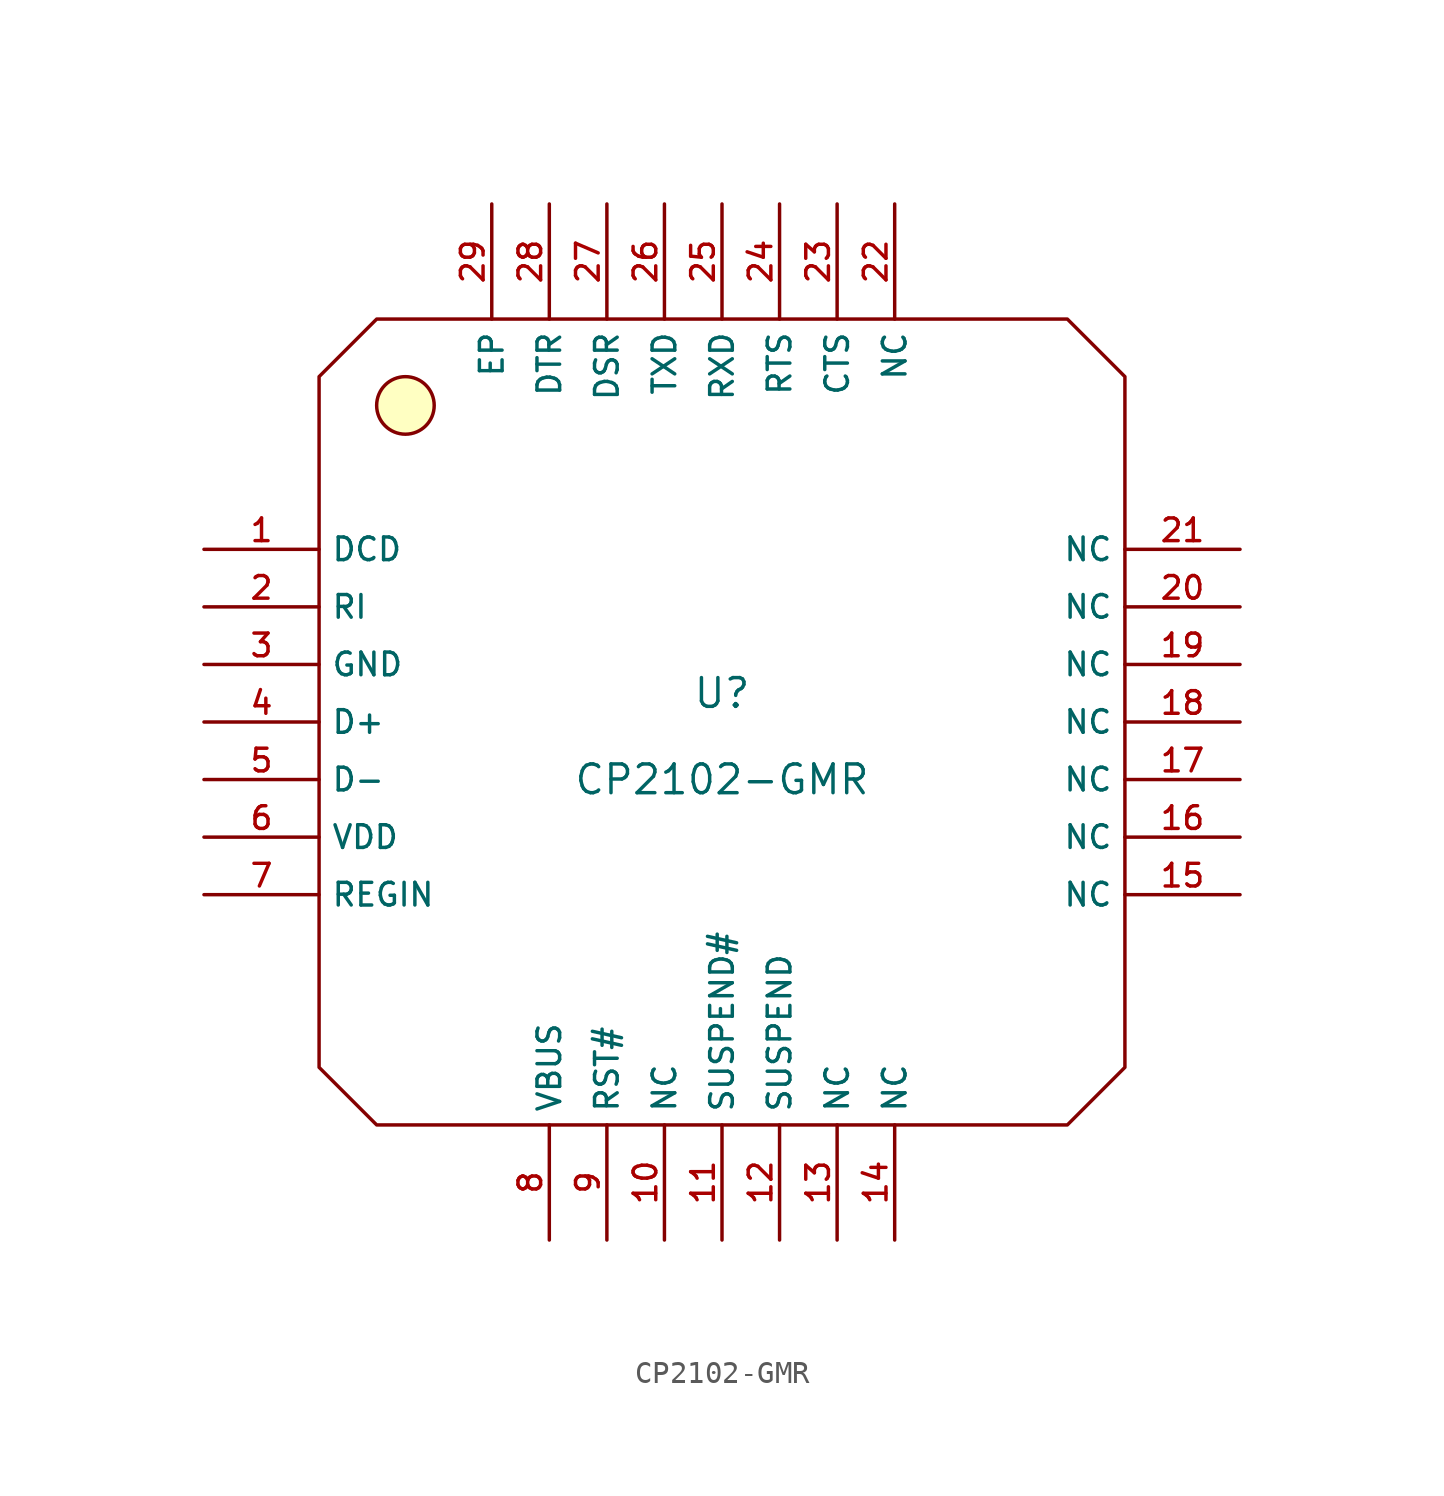
<source format=kicad_sym>
(kicad_symbol_lib
  (version 20210201)
  (generator TousstNicolas/JLC2KiCad_lib)
  (symbol "CP2102-GMR"
    (property "Reference" "U"
      (at 0 1.27 0)
      (effects (font (size 1.27 1.27))))
    (property "Value" "CP2102-GMR"
      (at 0 -2.54 0)
      (effects (font (size 1.27 1.27))))
    (symbol "CP2102-GMR_0_1"
      (pin unspecified line (at -22.86 7.62 0) (length 5.08) (name "DCD" (effects (font (size 1 1)))) (number "1" (effects (font (size 1 1)))))
      (pin unspecified line (at -22.86 5.08 0) (length 5.08) (name "RI" (effects (font (size 1 1)))) (number "2" (effects (font (size 1 1)))))
      (pin unspecified line (at -22.86 2.54 0) (length 5.08) (name "GND" (effects (font (size 1 1)))) (number "3" (effects (font (size 1 1)))))
      (pin unspecified line (at -22.86 -0.0 0) (length 5.08) (name "D+" (effects (font (size 1 1)))) (number "4" (effects (font (size 1 1)))))
      (pin unspecified line (at -22.86 -2.54 0) (length 5.08) (name "D-" (effects (font (size 1 1)))) (number "5" (effects (font (size 1 1)))))
      (pin unspecified line (at -22.86 -5.08 0) (length 5.08) (name "VDD" (effects (font (size 1 1)))) (number "6" (effects (font (size 1 1)))))
      (pin unspecified line (at -22.86 -7.62 0) (length 5.08) (name "REGIN" (effects (font (size 1 1)))) (number "7" (effects (font (size 1 1)))))
      (pin unspecified line (at -7.62 -22.86 90) (length 5.08) (name "VBUS" (effects (font (size 1 1)))) (number "8" (effects (font (size 1 1)))))
      (pin unspecified line (at -5.08 -22.86 90) (length 5.08) (name "RST#" (effects (font (size 1 1)))) (number "9" (effects (font (size 1 1)))))
      (pin unspecified line (at -2.54 -22.86 90) (length 5.08) (name "NC" (effects (font (size 1 1)))) (number "10" (effects (font (size 1 1)))))
      (pin unspecified line (at 0.0 -22.86 90) (length 5.08) (name "SUSPEND#" (effects (font (size 1 1)))) (number "11" (effects (font (size 1 1)))))
      (pin unspecified line (at 2.54 -22.86 90) (length 5.08) (name "SUSPEND" (effects (font (size 1 1)))) (number "12" (effects (font (size 1 1)))))
      (pin unspecified line (at 5.08 -22.86 90) (length 5.08) (name "NC" (effects (font (size 1 1)))) (number "13" (effects (font (size 1 1)))))
      (pin unspecified line (at 7.62 -22.86 90) (length 5.08) (name "NC" (effects (font (size 1 1)))) (number "14" (effects (font (size 1 1)))))
      (pin unspecified line (at 22.86 -7.62 180) (length 5.08) (name "NC" (effects (font (size 1 1)))) (number "15" (effects (font (size 1 1)))))
      (pin unspecified line (at 22.86 -5.08 180) (length 5.08) (name "NC" (effects (font (size 1 1)))) (number "16" (effects (font (size 1 1)))))
      (pin unspecified line (at 22.86 -2.54 180) (length 5.08) (name "NC" (effects (font (size 1 1)))) (number "17" (effects (font (size 1 1)))))
      (pin unspecified line (at 22.86 -0.0 180) (length 5.08) (name "NC" (effects (font (size 1 1)))) (number "18" (effects (font (size 1 1)))))
      (pin unspecified line (at 22.86 2.54 180) (length 5.08) (name "NC" (effects (font (size 1 1)))) (number "19" (effects (font (size 1 1)))))
      (pin unspecified line (at 22.86 5.08 180) (length 5.08) (name "NC" (effects (font (size 1 1)))) (number "20" (effects (font (size 1 1)))))
      (pin unspecified line (at 22.86 7.62 180) (length 5.08) (name "NC" (effects (font (size 1 1)))) (number "21" (effects (font (size 1 1)))))
      (pin unspecified line (at 7.62 22.86 270) (length 5.08) (name "NC" (effects (font (size 1 1)))) (number "22" (effects (font (size 1 1)))))
      (pin unspecified line (at 5.08 22.86 270) (length 5.08) (name "CTS" (effects (font (size 1 1)))) (number "23" (effects (font (size 1 1)))))
      (pin unspecified line (at 2.54 22.86 270) (length 5.08) (name "RTS" (effects (font (size 1 1)))) (number "24" (effects (font (size 1 1)))))
      (pin unspecified line (at 0.0 22.86 270) (length 5.08) (name "RXD" (effects (font (size 1 1)))) (number "25" (effects (font (size 1 1)))))
      (pin unspecified line (at -2.54 22.86 270) (length 5.08) (name "TXD" (effects (font (size 1 1)))) (number "26" (effects (font (size 1 1)))))
      (pin unspecified line (at -5.08 22.86 270) (length 5.08) (name "DSR" (effects (font (size 1 1)))) (number "27" (effects (font (size 1 1)))))
      (pin unspecified line (at -7.62 22.86 270) (length 5.08) (name "DTR" (effects (font (size 1 1)))) (number "28" (effects (font (size 1 1)))))
      (polyline (pts (xy -15.24 17.78) (xy 15.24 17.78) (xy 17.78 15.24) (xy 17.78 -15.24) (xy 15.24 -17.78) (xy -15.24 -17.78) (xy -17.78 -15.24) (xy -17.78 15.24) (xy -15.24 17.78)) (stroke (width 0) (type default) (color 0 0 0 0)) (fill (type none)))
      (circle (center -13.97 13.97) (radius 1.27) (stroke (width 0) (type default) (color 0 0 0 0)) (fill (type background)))
      (pin unspecified line (at -10.16 22.86 270) (length 5.08) (name "EP" (effects (font (size 1 1)))) (number "29" (effects (font (size 1 1))))))))
</source>
